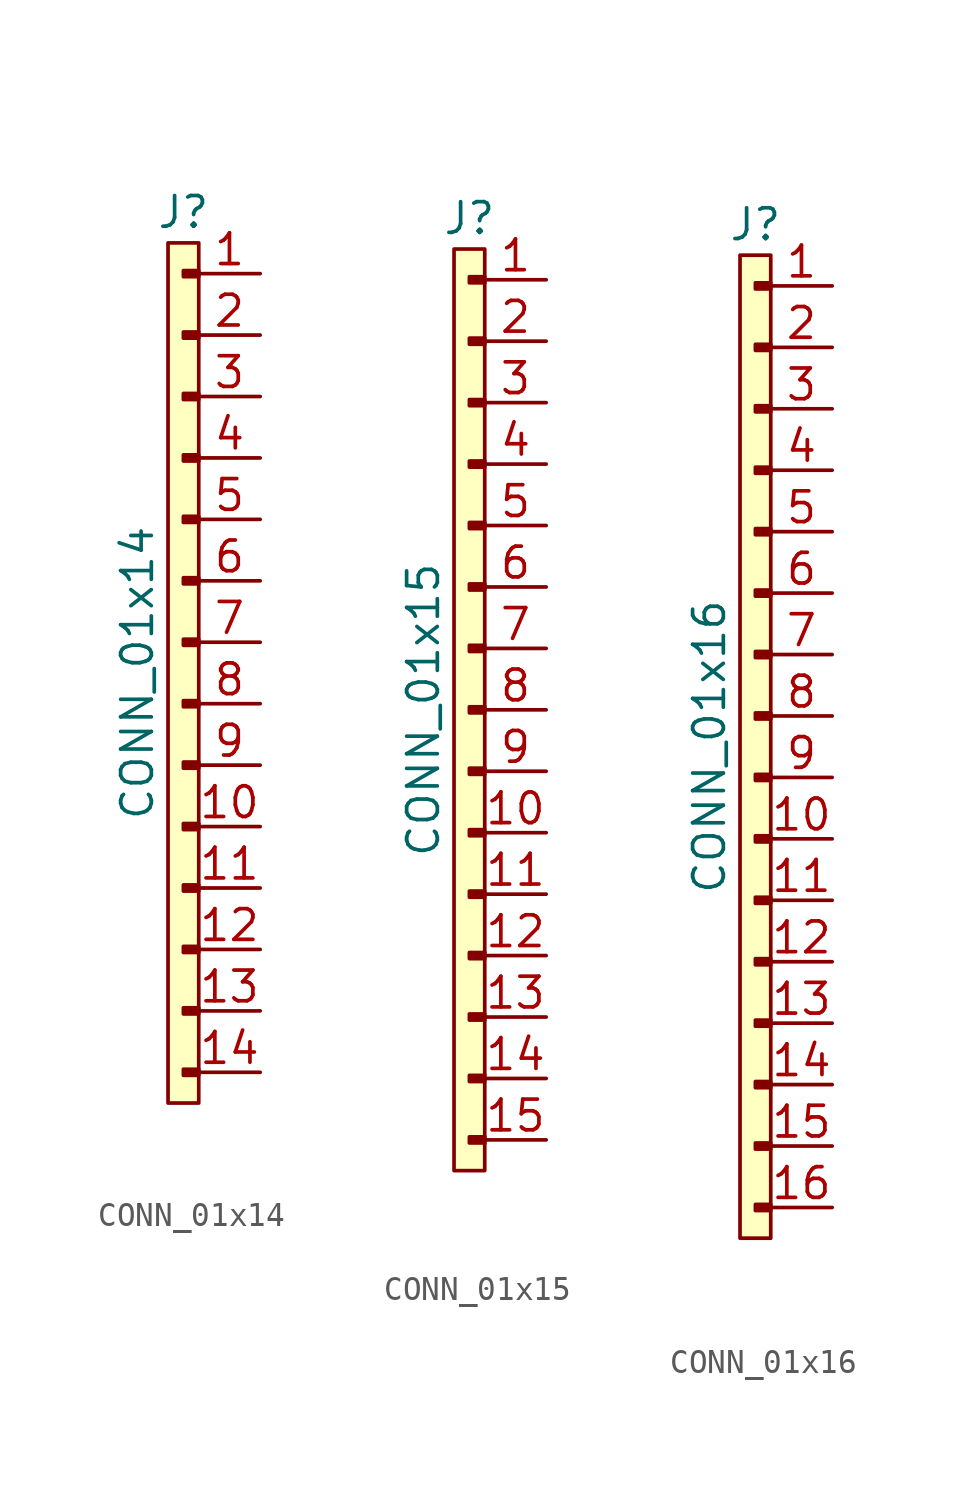
<source format=kicad_sym>
(kicad_symbol_lib
  (version 20211014)
  (generator agg_kicad.build_lib_connector)
  (symbol "CONN_01x14"
    (pin_names hide)
    (property Reference J
      (at -0.635 2.54 0)
      (effects (font (size 1.27 1.27))))
    (property Value "CONN_01x14"
      (at -2.54 -16.51 90)
      (effects (font (size 1.27 1.27))))
    (rectangle
      (start 0 -34.29)
      (end -1.27 1.27)
      (stroke (width 0) (type default) (color 0 0 0 0))
      (fill (type background)))
    (rectangle
      (start 0 0.127)
      (end -0.635 -0.127)
      (stroke (width 0) (type default) (color 0 0 0 0))
      (fill (type outline)))
    (rectangle
      (start 0 -2.413)
      (end -0.635 -2.667)
      (stroke (width 0) (type default) (color 0 0 0 0))
      (fill (type outline)))
    (rectangle
      (start 0 -4.953)
      (end -0.635 -5.207)
      (stroke (width 0) (type default) (color 0 0 0 0))
      (fill (type outline)))
    (rectangle
      (start 0 -7.493)
      (end -0.635 -7.747)
      (stroke (width 0) (type default) (color 0 0 0 0))
      (fill (type outline)))
    (rectangle
      (start 0 -10.033)
      (end -0.635 -10.287)
      (stroke (width 0) (type default) (color 0 0 0 0))
      (fill (type outline)))
    (rectangle
      (start 0 -12.573)
      (end -0.635 -12.827)
      (stroke (width 0) (type default) (color 0 0 0 0))
      (fill (type outline)))
    (rectangle
      (start 0 -15.113)
      (end -0.635 -15.367)
      (stroke (width 0) (type default) (color 0 0 0 0))
      (fill (type outline)))
    (rectangle
      (start 0 -17.653)
      (end -0.635 -17.907)
      (stroke (width 0) (type default) (color 0 0 0 0))
      (fill (type outline)))
    (rectangle
      (start 0 -20.193)
      (end -0.635 -20.447)
      (stroke (width 0) (type default) (color 0 0 0 0))
      (fill (type outline)))
    (rectangle
      (start 0 -22.733)
      (end -0.635 -22.987)
      (stroke (width 0) (type default) (color 0 0 0 0))
      (fill (type outline)))
    (rectangle
      (start 0 -25.273)
      (end -0.635 -25.527)
      (stroke (width 0) (type default) (color 0 0 0 0))
      (fill (type outline)))
    (rectangle
      (start 0 -27.813)
      (end -0.635 -28.067)
      (stroke (width 0) (type default) (color 0 0 0 0))
      (fill (type outline)))
    (rectangle
      (start 0 -30.353)
      (end -0.635 -30.607)
      (stroke (width 0) (type default) (color 0 0 0 0))
      (fill (type outline)))
    (rectangle
      (start 0 -32.893)
      (end -0.635 -33.147)
      (stroke (width 0) (type default) (color 0 0 0 0))
      (fill (type outline)))
    (pin passive line
      (at 2.54 0 180)
      (length 2.54)
      (name "1" (effects (font (size 1.27 1.27))))
      (number "1" (effects (font (size 1.27 1.27)))))
    (pin passive line
      (at 2.54 -2.54 180)
      (length 2.54)
      (name "2" (effects (font (size 1.27 1.27))))
      (number "2" (effects (font (size 1.27 1.27)))))
    (pin passive line
      (at 2.54 -5.08 180)
      (length 2.54)
      (name "3" (effects (font (size 1.27 1.27))))
      (number "3" (effects (font (size 1.27 1.27)))))
    (pin passive line
      (at 2.54 -7.62 180)
      (length 2.54)
      (name "4" (effects (font (size 1.27 1.27))))
      (number "4" (effects (font (size 1.27 1.27)))))
    (pin passive line
      (at 2.54 -10.16 180)
      (length 2.54)
      (name "5" (effects (font (size 1.27 1.27))))
      (number "5" (effects (font (size 1.27 1.27)))))
    (pin passive line
      (at 2.54 -12.7 180)
      (length 2.54)
      (name "6" (effects (font (size 1.27 1.27))))
      (number "6" (effects (font (size 1.27 1.27)))))
    (pin passive line
      (at 2.54 -15.24 180)
      (length 2.54)
      (name "7" (effects (font (size 1.27 1.27))))
      (number "7" (effects (font (size 1.27 1.27)))))
    (pin passive line
      (at 2.54 -17.78 180)
      (length 2.54)
      (name "8" (effects (font (size 1.27 1.27))))
      (number "8" (effects (font (size 1.27 1.27)))))
    (pin passive line
      (at 2.54 -20.32 180)
      (length 2.54)
      (name "9" (effects (font (size 1.27 1.27))))
      (number "9" (effects (font (size 1.27 1.27)))))
    (pin passive line
      (at 2.54 -22.86 180)
      (length 2.54)
      (name "10" (effects (font (size 1.27 1.27))))
      (number "10" (effects (font (size 1.27 1.27)))))
    (pin passive line
      (at 2.54 -25.4 180)
      (length 2.54)
      (name "11" (effects (font (size 1.27 1.27))))
      (number "11" (effects (font (size 1.27 1.27)))))
    (pin passive line
      (at 2.54 -27.94 180)
      (length 2.54)
      (name "12" (effects (font (size 1.27 1.27))))
      (number "12" (effects (font (size 1.27 1.27)))))
    (pin passive line
      (at 2.54 -30.48 180)
      (length 2.54)
      (name "13" (effects (font (size 1.27 1.27))))
      (number "13" (effects (font (size 1.27 1.27)))))
    (pin passive line
      (at 2.54 -33.02 180)
      (length 2.54)
      (name "14" (effects (font (size 1.27 1.27))))
      (number "14" (effects (font (size 1.27 1.27))))))
  (symbol "CONN_01x15"
    (pin_names hide)
    (property Reference J
      (at -0.635 2.54 0)
      (effects (font (size 1.27 1.27))))
    (property Value "CONN_01x15"
      (at -2.54 -17.78 90)
      (effects (font (size 1.27 1.27))))
    (rectangle
      (start 0 -36.83)
      (end -1.27 1.27)
      (stroke (width 0) (type default) (color 0 0 0 0))
      (fill (type background)))
    (rectangle
      (start 0 0.127)
      (end -0.635 -0.127)
      (stroke (width 0) (type default) (color 0 0 0 0))
      (fill (type outline)))
    (rectangle
      (start 0 -2.413)
      (end -0.635 -2.667)
      (stroke (width 0) (type default) (color 0 0 0 0))
      (fill (type outline)))
    (rectangle
      (start 0 -4.953)
      (end -0.635 -5.207)
      (stroke (width 0) (type default) (color 0 0 0 0))
      (fill (type outline)))
    (rectangle
      (start 0 -7.493)
      (end -0.635 -7.747)
      (stroke (width 0) (type default) (color 0 0 0 0))
      (fill (type outline)))
    (rectangle
      (start 0 -10.033)
      (end -0.635 -10.287)
      (stroke (width 0) (type default) (color 0 0 0 0))
      (fill (type outline)))
    (rectangle
      (start 0 -12.573)
      (end -0.635 -12.827)
      (stroke (width 0) (type default) (color 0 0 0 0))
      (fill (type outline)))
    (rectangle
      (start 0 -15.113)
      (end -0.635 -15.367)
      (stroke (width 0) (type default) (color 0 0 0 0))
      (fill (type outline)))
    (rectangle
      (start 0 -17.653)
      (end -0.635 -17.907)
      (stroke (width 0) (type default) (color 0 0 0 0))
      (fill (type outline)))
    (rectangle
      (start 0 -20.193)
      (end -0.635 -20.447)
      (stroke (width 0) (type default) (color 0 0 0 0))
      (fill (type outline)))
    (rectangle
      (start 0 -22.733)
      (end -0.635 -22.987)
      (stroke (width 0) (type default) (color 0 0 0 0))
      (fill (type outline)))
    (rectangle
      (start 0 -25.273)
      (end -0.635 -25.527)
      (stroke (width 0) (type default) (color 0 0 0 0))
      (fill (type outline)))
    (rectangle
      (start 0 -27.813)
      (end -0.635 -28.067)
      (stroke (width 0) (type default) (color 0 0 0 0))
      (fill (type outline)))
    (rectangle
      (start 0 -30.353)
      (end -0.635 -30.607)
      (stroke (width 0) (type default) (color 0 0 0 0))
      (fill (type outline)))
    (rectangle
      (start 0 -32.893)
      (end -0.635 -33.147)
      (stroke (width 0) (type default) (color 0 0 0 0))
      (fill (type outline)))
    (rectangle
      (start 0 -35.433)
      (end -0.635 -35.687)
      (stroke (width 0) (type default) (color 0 0 0 0))
      (fill (type outline)))
    (pin passive line
      (at 2.54 0 180)
      (length 2.54)
      (name "1" (effects (font (size 1.27 1.27))))
      (number "1" (effects (font (size 1.27 1.27)))))
    (pin passive line
      (at 2.54 -2.54 180)
      (length 2.54)
      (name "2" (effects (font (size 1.27 1.27))))
      (number "2" (effects (font (size 1.27 1.27)))))
    (pin passive line
      (at 2.54 -5.08 180)
      (length 2.54)
      (name "3" (effects (font (size 1.27 1.27))))
      (number "3" (effects (font (size 1.27 1.27)))))
    (pin passive line
      (at 2.54 -7.62 180)
      (length 2.54)
      (name "4" (effects (font (size 1.27 1.27))))
      (number "4" (effects (font (size 1.27 1.27)))))
    (pin passive line
      (at 2.54 -10.16 180)
      (length 2.54)
      (name "5" (effects (font (size 1.27 1.27))))
      (number "5" (effects (font (size 1.27 1.27)))))
    (pin passive line
      (at 2.54 -12.7 180)
      (length 2.54)
      (name "6" (effects (font (size 1.27 1.27))))
      (number "6" (effects (font (size 1.27 1.27)))))
    (pin passive line
      (at 2.54 -15.24 180)
      (length 2.54)
      (name "7" (effects (font (size 1.27 1.27))))
      (number "7" (effects (font (size 1.27 1.27)))))
    (pin passive line
      (at 2.54 -17.78 180)
      (length 2.54)
      (name "8" (effects (font (size 1.27 1.27))))
      (number "8" (effects (font (size 1.27 1.27)))))
    (pin passive line
      (at 2.54 -20.32 180)
      (length 2.54)
      (name "9" (effects (font (size 1.27 1.27))))
      (number "9" (effects (font (size 1.27 1.27)))))
    (pin passive line
      (at 2.54 -22.86 180)
      (length 2.54)
      (name "10" (effects (font (size 1.27 1.27))))
      (number "10" (effects (font (size 1.27 1.27)))))
    (pin passive line
      (at 2.54 -25.4 180)
      (length 2.54)
      (name "11" (effects (font (size 1.27 1.27))))
      (number "11" (effects (font (size 1.27 1.27)))))
    (pin passive line
      (at 2.54 -27.94 180)
      (length 2.54)
      (name "12" (effects (font (size 1.27 1.27))))
      (number "12" (effects (font (size 1.27 1.27)))))
    (pin passive line
      (at 2.54 -30.48 180)
      (length 2.54)
      (name "13" (effects (font (size 1.27 1.27))))
      (number "13" (effects (font (size 1.27 1.27)))))
    (pin passive line
      (at 2.54 -33.02 180)
      (length 2.54)
      (name "14" (effects (font (size 1.27 1.27))))
      (number "14" (effects (font (size 1.27 1.27)))))
    (pin passive line
      (at 2.54 -35.56 180)
      (length 2.54)
      (name "15" (effects (font (size 1.27 1.27))))
      (number "15" (effects (font (size 1.27 1.27))))))
  (symbol "CONN_01x16"
    (pin_names hide)
    (property Reference J
      (at -0.635 2.54 0)
      (effects (font (size 1.27 1.27))))
    (property Value "CONN_01x16"
      (at -2.54 -19.05 90)
      (effects (font (size 1.27 1.27))))
    (rectangle
      (start 0 -39.37)
      (end -1.27 1.27)
      (stroke (width 0) (type default) (color 0 0 0 0))
      (fill (type background)))
    (rectangle
      (start 0 0.127)
      (end -0.635 -0.127)
      (stroke (width 0) (type default) (color 0 0 0 0))
      (fill (type outline)))
    (rectangle
      (start 0 -2.413)
      (end -0.635 -2.667)
      (stroke (width 0) (type default) (color 0 0 0 0))
      (fill (type outline)))
    (rectangle
      (start 0 -4.953)
      (end -0.635 -5.207)
      (stroke (width 0) (type default) (color 0 0 0 0))
      (fill (type outline)))
    (rectangle
      (start 0 -7.493)
      (end -0.635 -7.747)
      (stroke (width 0) (type default) (color 0 0 0 0))
      (fill (type outline)))
    (rectangle
      (start 0 -10.033)
      (end -0.635 -10.287)
      (stroke (width 0) (type default) (color 0 0 0 0))
      (fill (type outline)))
    (rectangle
      (start 0 -12.573)
      (end -0.635 -12.827)
      (stroke (width 0) (type default) (color 0 0 0 0))
      (fill (type outline)))
    (rectangle
      (start 0 -15.113)
      (end -0.635 -15.367)
      (stroke (width 0) (type default) (color 0 0 0 0))
      (fill (type outline)))
    (rectangle
      (start 0 -17.653)
      (end -0.635 -17.907)
      (stroke (width 0) (type default) (color 0 0 0 0))
      (fill (type outline)))
    (rectangle
      (start 0 -20.193)
      (end -0.635 -20.447)
      (stroke (width 0) (type default) (color 0 0 0 0))
      (fill (type outline)))
    (rectangle
      (start 0 -22.733)
      (end -0.635 -22.987)
      (stroke (width 0) (type default) (color 0 0 0 0))
      (fill (type outline)))
    (rectangle
      (start 0 -25.273)
      (end -0.635 -25.527)
      (stroke (width 0) (type default) (color 0 0 0 0))
      (fill (type outline)))
    (rectangle
      (start 0 -27.813)
      (end -0.635 -28.067)
      (stroke (width 0) (type default) (color 0 0 0 0))
      (fill (type outline)))
    (rectangle
      (start 0 -30.353)
      (end -0.635 -30.607)
      (stroke (width 0) (type default) (color 0 0 0 0))
      (fill (type outline)))
    (rectangle
      (start 0 -32.893)
      (end -0.635 -33.147)
      (stroke (width 0) (type default) (color 0 0 0 0))
      (fill (type outline)))
    (rectangle
      (start 0 -35.433)
      (end -0.635 -35.687)
      (stroke (width 0) (type default) (color 0 0 0 0))
      (fill (type outline)))
    (rectangle
      (start 0 -37.973)
      (end -0.635 -38.227)
      (stroke (width 0) (type default) (color 0 0 0 0))
      (fill (type outline)))
    (pin passive line
      (at 2.54 0 180)
      (length 2.54)
      (name "1" (effects (font (size 1.27 1.27))))
      (number "1" (effects (font (size 1.27 1.27)))))
    (pin passive line
      (at 2.54 -2.54 180)
      (length 2.54)
      (name "2" (effects (font (size 1.27 1.27))))
      (number "2" (effects (font (size 1.27 1.27)))))
    (pin passive line
      (at 2.54 -5.08 180)
      (length 2.54)
      (name "3" (effects (font (size 1.27 1.27))))
      (number "3" (effects (font (size 1.27 1.27)))))
    (pin passive line
      (at 2.54 -7.62 180)
      (length 2.54)
      (name "4" (effects (font (size 1.27 1.27))))
      (number "4" (effects (font (size 1.27 1.27)))))
    (pin passive line
      (at 2.54 -10.16 180)
      (length 2.54)
      (name "5" (effects (font (size 1.27 1.27))))
      (number "5" (effects (font (size 1.27 1.27)))))
    (pin passive line
      (at 2.54 -12.7 180)
      (length 2.54)
      (name "6" (effects (font (size 1.27 1.27))))
      (number "6" (effects (font (size 1.27 1.27)))))
    (pin passive line
      (at 2.54 -15.24 180)
      (length 2.54)
      (name "7" (effects (font (size 1.27 1.27))))
      (number "7" (effects (font (size 1.27 1.27)))))
    (pin passive line
      (at 2.54 -17.78 180)
      (length 2.54)
      (name "8" (effects (font (size 1.27 1.27))))
      (number "8" (effects (font (size 1.27 1.27)))))
    (pin passive line
      (at 2.54 -20.32 180)
      (length 2.54)
      (name "9" (effects (font (size 1.27 1.27))))
      (number "9" (effects (font (size 1.27 1.27)))))
    (pin passive line
      (at 2.54 -22.86 180)
      (length 2.54)
      (name "10" (effects (font (size 1.27 1.27))))
      (number "10" (effects (font (size 1.27 1.27)))))
    (pin passive line
      (at 2.54 -25.4 180)
      (length 2.54)
      (name "11" (effects (font (size 1.27 1.27))))
      (number "11" (effects (font (size 1.27 1.27)))))
    (pin passive line
      (at 2.54 -27.94 180)
      (length 2.54)
      (name "12" (effects (font (size 1.27 1.27))))
      (number "12" (effects (font (size 1.27 1.27)))))
    (pin passive line
      (at 2.54 -30.48 180)
      (length 2.54)
      (name "13" (effects (font (size 1.27 1.27))))
      (number "13" (effects (font (size 1.27 1.27)))))
    (pin passive line
      (at 2.54 -33.02 180)
      (length 2.54)
      (name "14" (effects (font (size 1.27 1.27))))
      (number "14" (effects (font (size 1.27 1.27)))))
    (pin passive line
      (at 2.54 -35.56 180)
      (length 2.54)
      (name "15" (effects (font (size 1.27 1.27))))
      (number "15" (effects (font (size 1.27 1.27)))))
    (pin passive line
      (at 2.54 -38.1 180)
      (length 2.54)
      (name "16" (effects (font (size 1.27 1.27))))
      (number "16" (effects (font (size 1.27 1.27)))))))
</source>
